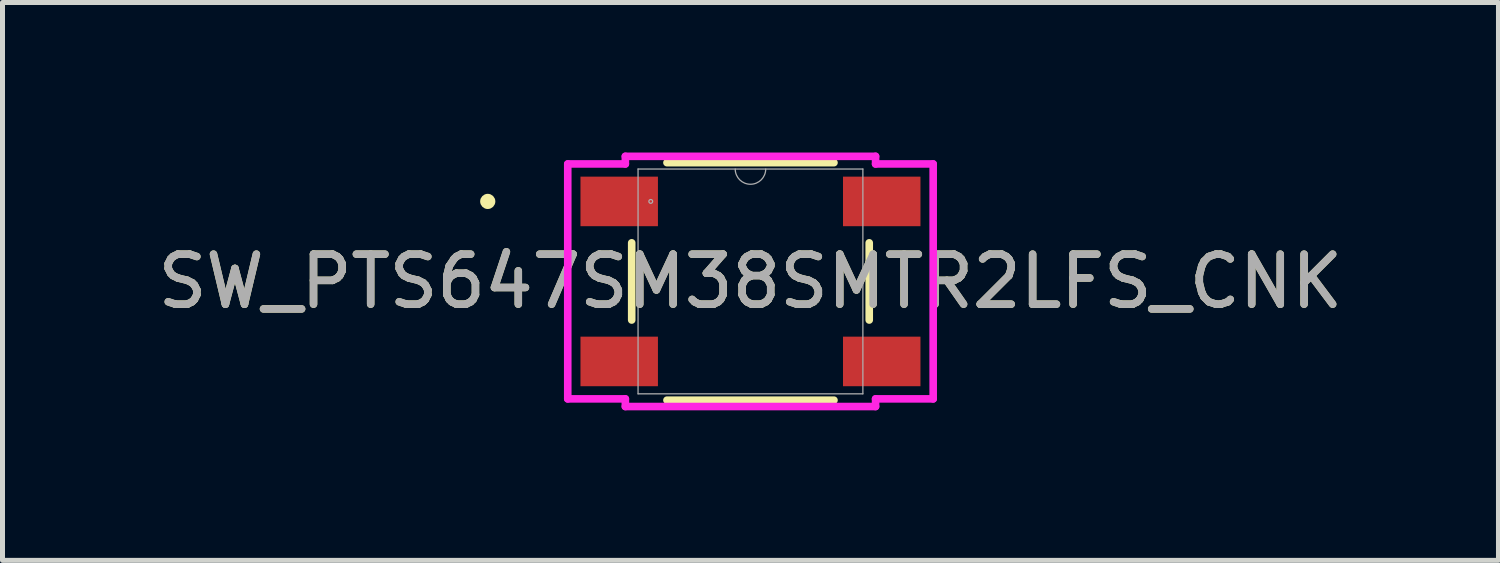
<source format=kicad_pcb>
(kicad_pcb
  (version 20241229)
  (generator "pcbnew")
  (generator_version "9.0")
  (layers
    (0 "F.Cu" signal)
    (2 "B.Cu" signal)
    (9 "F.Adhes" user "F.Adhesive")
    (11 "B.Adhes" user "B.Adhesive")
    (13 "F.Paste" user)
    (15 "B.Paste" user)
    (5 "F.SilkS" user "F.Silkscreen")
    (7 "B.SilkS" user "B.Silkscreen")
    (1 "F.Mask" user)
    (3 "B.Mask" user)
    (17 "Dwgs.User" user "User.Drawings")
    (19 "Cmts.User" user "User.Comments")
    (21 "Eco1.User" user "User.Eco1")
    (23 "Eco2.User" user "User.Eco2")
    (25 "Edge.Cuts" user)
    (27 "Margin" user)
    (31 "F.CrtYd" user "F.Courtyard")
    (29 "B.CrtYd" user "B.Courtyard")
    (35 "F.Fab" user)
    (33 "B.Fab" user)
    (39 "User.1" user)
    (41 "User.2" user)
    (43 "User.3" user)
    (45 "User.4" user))
  (footprint "SW_PTS647SM38SMTR2LFS_CNK"
    (layer "F.Cu")
    (at 11.958 2.578)
    (property "Reference" "SW_PTS647SM38SMTR2LFS_CNK" (at 0 0 0) (unlocked yes) (layer "F.SilkS") (effects (font (size 1 1) (thickness 0.15))))
    (attr smd)
    (fp_line (start -2.375 -0.772) (end -2.375 0.772) (stroke (width 0.152) (type solid)) (layer "F.SilkS"))
    (fp_line (start -1.67 2.375) (end 1.67 2.375) (stroke (width 0.152) (type solid)) (layer "F.SilkS"))
    (fp_line (start 1.67 -2.375) (end -1.67 -2.375) (stroke (width 0.152) (type solid)) (layer "F.SilkS"))
    (fp_line (start 2.375 0.772) (end 2.375 -0.772) (stroke (width 0.152) (type solid)) (layer "F.SilkS"))
    (fp_circle (center -5.254 -1.6) (end -5.178 -1.6) (stroke (width 0.152) (type solid)) (fill no) (layer "F.SilkS"))
    (fp_line (start -3.654 -2.349) (end -2.502 -2.349) (stroke (width 0.152) (type solid)) (layer "F.CrtYd"))
    (fp_line (start -3.654 2.349) (end -3.654 -2.349) (stroke (width 0.152) (type solid)) (layer "F.CrtYd"))
    (fp_line (start -3.654 2.349) (end -2.502 2.349) (stroke (width 0.152) (type solid)) (layer "F.CrtYd"))
    (fp_line (start -2.502 -2.502) (end 2.502 -2.502) (stroke (width 0.152) (type solid)) (layer "F.CrtYd"))
    (fp_line (start -2.502 -2.349) (end -2.502 -2.502) (stroke (width 0.152) (type solid)) (layer "F.CrtYd"))
    (fp_line (start -2.502 2.502) (end -2.502 2.349) (stroke (width 0.152) (type solid)) (layer "F.CrtYd"))
    (fp_line (start 2.502 -2.502) (end 2.502 -2.349) (stroke (width 0.152) (type solid)) (layer "F.CrtYd"))
    (fp_line (start 2.502 2.349) (end 2.502 2.502) (stroke (width 0.152) (type solid)) (layer "F.CrtYd"))
    (fp_line (start 2.502 2.502) (end -2.502 2.502) (stroke (width 0.152) (type solid)) (layer "F.CrtYd"))
    (fp_line (start 3.654 -2.349) (end 2.502 -2.349) (stroke (width 0.152) (type solid)) (layer "F.CrtYd"))
    (fp_line (start 3.654 -2.349) (end 3.654 2.349) (stroke (width 0.152) (type solid)) (layer "F.CrtYd"))
    (fp_line (start 3.654 2.349) (end 2.502 2.349) (stroke (width 0.152) (type solid)) (layer "F.CrtYd"))
    (fp_line (start -2.248 -2.248) (end -2.248 2.248) (stroke (width 0.025) (type solid)) (layer "F.Fab"))
    (fp_line (start -2.248 2.248) (end 2.248 2.248) (stroke (width 0.025) (type solid)) (layer "F.Fab"))
    (fp_line (start 2.248 -2.248) (end -2.248 -2.248) (stroke (width 0.025) (type solid)) (layer "F.Fab"))
    (fp_line (start 2.248 2.248) (end 2.248 -2.248) (stroke (width 0.025) (type solid)) (layer "F.Fab"))
    (fp_arc (start 0.3048 -2.2479) (mid 0 -1.9431) (end -0.3048 -2.2479) (stroke (width 0.0254) (type solid)) (layer "F.Fab"))
    (fp_circle (center -1.994 -1.6) (end -1.956 -1.6) (stroke (width 0.025) (type solid)) (fill no) (layer "F.Fab"))
    (fp_text user "${REFERENCE}" (at 0 0 0) (unlocked yes) (layer "F.Fab") (effects (font (size 1 1) (thickness 0.15))))
    (pad "1" smd rect (at -2.625 -1.6) (size 1.549 0.991) (layers "F.Cu" "F.Mask" "F.Paste"))
    (pad "1" smd rect (at 2.625 -1.6) (size 1.549 0.991) (layers "F.Cu" "F.Mask" "F.Paste"))
    (pad "2" smd rect (at -2.625 1.6) (size 1.549 0.991) (layers "F.Cu" "F.Mask" "F.Paste"))
    (pad "2" smd rect (at 2.625 1.6) (size 1.549 0.991) (layers "F.Cu" "F.Mask" "F.Paste")))
  (gr_rect
    (start -3 -3)
    (end 26.917 8.156)
    (stroke (width 0.1) (type default))
    (fill no)
    (layer "Edge.Cuts")))
</source>
